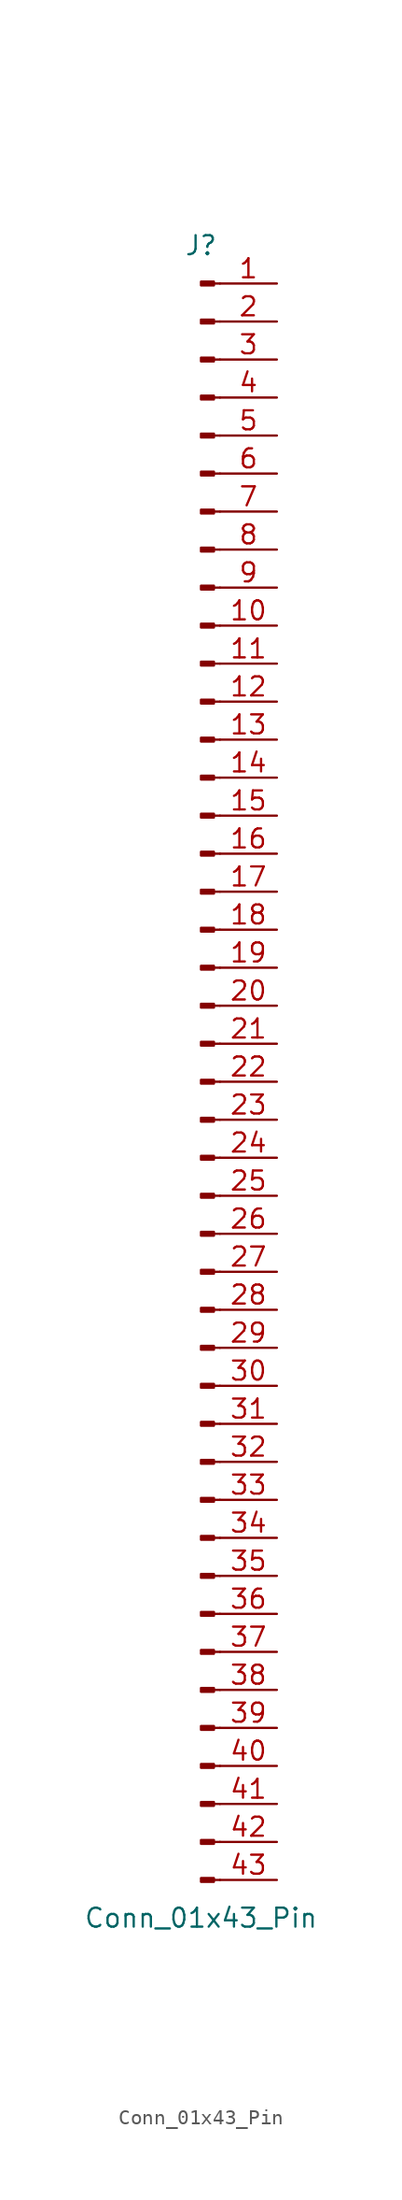
<source format=kicad_sym>
(kicad_symbol_lib
  (version 20241209)
  (generator "kicad_symbol_editor")
  (generator_version "9.0")
  (symbol "Conn_01x43_Pin"
    (pin_names
      (offset 1.016)
      (hide yes))
    (property "Reference" "J"
      (at 0 55.88 0)
      (effects (font (size 1.27 1.27))))
    (property "Value" "Conn_01x43_Pin"
      (at 0 -55.88 0)
      (effects (font (size 1.27 1.27))))
    (property "ki_locked" ""
      (at 0 0 0)
      (effects (font (size 1.27 1.27))))
    (symbol "Conn_01x43_Pin_1_1"
      (rectangle (start 0.864 53.467) (end 0 53.213) (stroke (width 0.152) (type default)) (fill (type outline)))
      (rectangle (start 0.864 50.927) (end 0 50.673) (stroke (width 0.152) (type default)) (fill (type outline)))
      (rectangle (start 0.864 48.387) (end 0 48.133) (stroke (width 0.152) (type default)) (fill (type outline)))
      (rectangle (start 0.864 45.847) (end 0 45.593) (stroke (width 0.152) (type default)) (fill (type outline)))
      (rectangle (start 0.864 43.307) (end 0 43.053) (stroke (width 0.152) (type default)) (fill (type outline)))
      (rectangle (start 0.864 40.767) (end 0 40.513) (stroke (width 0.152) (type default)) (fill (type outline)))
      (rectangle (start 0.864 38.227) (end 0 37.973) (stroke (width 0.152) (type default)) (fill (type outline)))
      (rectangle (start 0.864 35.687) (end 0 35.433) (stroke (width 0.152) (type default)) (fill (type outline)))
      (rectangle (start 0.864 33.147) (end 0 32.893) (stroke (width 0.152) (type default)) (fill (type outline)))
      (rectangle (start 0.864 30.607) (end 0 30.353) (stroke (width 0.152) (type default)) (fill (type outline)))
      (rectangle (start 0.864 28.067) (end 0 27.813) (stroke (width 0.152) (type default)) (fill (type outline)))
      (rectangle (start 0.864 25.527) (end 0 25.273) (stroke (width 0.152) (type default)) (fill (type outline)))
      (rectangle (start 0.864 22.987) (end 0 22.733) (stroke (width 0.152) (type default)) (fill (type outline)))
      (rectangle (start 0.864 20.447) (end 0 20.193) (stroke (width 0.152) (type default)) (fill (type outline)))
      (rectangle (start 0.864 17.907) (end 0 17.653) (stroke (width 0.152) (type default)) (fill (type outline)))
      (rectangle (start 0.864 15.367) (end 0 15.113) (stroke (width 0.152) (type default)) (fill (type outline)))
      (rectangle (start 0.864 12.827) (end 0 12.573) (stroke (width 0.152) (type default)) (fill (type outline)))
      (rectangle (start 0.864 10.287) (end 0 10.033) (stroke (width 0.152) (type default)) (fill (type outline)))
      (rectangle (start 0.864 7.747) (end 0 7.493) (stroke (width 0.152) (type default)) (fill (type outline)))
      (rectangle (start 0.864 5.207) (end 0 4.953) (stroke (width 0.152) (type default)) (fill (type outline)))
      (rectangle (start 0.864 2.667) (end 0 2.413) (stroke (width 0.152) (type default)) (fill (type outline)))
      (rectangle (start 0.864 0.127) (end 0 -0.127) (stroke (width 0.152) (type default)) (fill (type outline)))
      (rectangle (start 0.864 -2.413) (end 0 -2.667) (stroke (width 0.152) (type default)) (fill (type outline)))
      (rectangle (start 0.864 -4.953) (end 0 -5.207) (stroke (width 0.152) (type default)) (fill (type outline)))
      (rectangle (start 0.864 -7.493) (end 0 -7.747) (stroke (width 0.152) (type default)) (fill (type outline)))
      (rectangle (start 0.864 -10.033) (end 0 -10.287) (stroke (width 0.152) (type default)) (fill (type outline)))
      (rectangle (start 0.864 -12.573) (end 0 -12.827) (stroke (width 0.152) (type default)) (fill (type outline)))
      (rectangle (start 0.864 -15.113) (end 0 -15.367) (stroke (width 0.152) (type default)) (fill (type outline)))
      (rectangle (start 0.864 -17.653) (end 0 -17.907) (stroke (width 0.152) (type default)) (fill (type outline)))
      (rectangle (start 0.864 -20.193) (end 0 -20.447) (stroke (width 0.152) (type default)) (fill (type outline)))
      (rectangle (start 0.864 -22.733) (end 0 -22.987) (stroke (width 0.152) (type default)) (fill (type outline)))
      (rectangle (start 0.864 -25.273) (end 0 -25.527) (stroke (width 0.152) (type default)) (fill (type outline)))
      (rectangle (start 0.864 -27.813) (end 0 -28.067) (stroke (width 0.152) (type default)) (fill (type outline)))
      (rectangle (start 0.864 -30.353) (end 0 -30.607) (stroke (width 0.152) (type default)) (fill (type outline)))
      (rectangle (start 0.864 -32.893) (end 0 -33.147) (stroke (width 0.152) (type default)) (fill (type outline)))
      (rectangle (start 0.864 -35.433) (end 0 -35.687) (stroke (width 0.152) (type default)) (fill (type outline)))
      (rectangle (start 0.864 -37.973) (end 0 -38.227) (stroke (width 0.152) (type default)) (fill (type outline)))
      (rectangle (start 0.864 -40.513) (end 0 -40.767) (stroke (width 0.152) (type default)) (fill (type outline)))
      (rectangle (start 0.864 -43.053) (end 0 -43.307) (stroke (width 0.152) (type default)) (fill (type outline)))
      (rectangle (start 0.864 -45.593) (end 0 -45.847) (stroke (width 0.152) (type default)) (fill (type outline)))
      (rectangle (start 0.864 -48.133) (end 0 -48.387) (stroke (width 0.152) (type default)) (fill (type outline)))
      (rectangle (start 0.864 -50.673) (end 0 -50.927) (stroke (width 0.152) (type default)) (fill (type outline)))
      (rectangle (start 0.864 -53.213) (end 0 -53.467) (stroke (width 0.152) (type default)) (fill (type outline)))
      (polyline (pts (xy 1.27 53.34) (xy 0.864 53.34)) (stroke (width 0.152) (type default)) (fill (type none)))
      (polyline (pts (xy 1.27 50.8) (xy 0.864 50.8)) (stroke (width 0.152) (type default)) (fill (type none)))
      (polyline (pts (xy 1.27 48.26) (xy 0.864 48.26)) (stroke (width 0.152) (type default)) (fill (type none)))
      (polyline (pts (xy 1.27 45.72) (xy 0.864 45.72)) (stroke (width 0.152) (type default)) (fill (type none)))
      (polyline (pts (xy 1.27 43.18) (xy 0.864 43.18)) (stroke (width 0.152) (type default)) (fill (type none)))
      (polyline (pts (xy 1.27 40.64) (xy 0.864 40.64)) (stroke (width 0.152) (type default)) (fill (type none)))
      (polyline (pts (xy 1.27 38.1) (xy 0.864 38.1)) (stroke (width 0.152) (type default)) (fill (type none)))
      (polyline (pts (xy 1.27 35.56) (xy 0.864 35.56)) (stroke (width 0.152) (type default)) (fill (type none)))
      (polyline (pts (xy 1.27 33.02) (xy 0.864 33.02)) (stroke (width 0.152) (type default)) (fill (type none)))
      (polyline (pts (xy 1.27 30.48) (xy 0.864 30.48)) (stroke (width 0.152) (type default)) (fill (type none)))
      (polyline (pts (xy 1.27 27.94) (xy 0.864 27.94)) (stroke (width 0.152) (type default)) (fill (type none)))
      (polyline (pts (xy 1.27 25.4) (xy 0.864 25.4)) (stroke (width 0.152) (type default)) (fill (type none)))
      (polyline (pts (xy 1.27 22.86) (xy 0.864 22.86)) (stroke (width 0.152) (type default)) (fill (type none)))
      (polyline (pts (xy 1.27 20.32) (xy 0.864 20.32)) (stroke (width 0.152) (type default)) (fill (type none)))
      (polyline (pts (xy 1.27 17.78) (xy 0.864 17.78)) (stroke (width 0.152) (type default)) (fill (type none)))
      (polyline (pts (xy 1.27 15.24) (xy 0.864 15.24)) (stroke (width 0.152) (type default)) (fill (type none)))
      (polyline (pts (xy 1.27 12.7) (xy 0.864 12.7)) (stroke (width 0.152) (type default)) (fill (type none)))
      (polyline (pts (xy 1.27 10.16) (xy 0.864 10.16)) (stroke (width 0.152) (type default)) (fill (type none)))
      (polyline (pts (xy 1.27 7.62) (xy 0.864 7.62)) (stroke (width 0.152) (type default)) (fill (type none)))
      (polyline (pts (xy 1.27 5.08) (xy 0.864 5.08)) (stroke (width 0.152) (type default)) (fill (type none)))
      (polyline (pts (xy 1.27 2.54) (xy 0.864 2.54)) (stroke (width 0.152) (type default)) (fill (type none)))
      (polyline (pts (xy 1.27 0) (xy 0.864 0)) (stroke (width 0.152) (type default)) (fill (type none)))
      (polyline (pts (xy 1.27 -2.54) (xy 0.864 -2.54)) (stroke (width 0.152) (type default)) (fill (type none)))
      (polyline (pts (xy 1.27 -5.08) (xy 0.864 -5.08)) (stroke (width 0.152) (type default)) (fill (type none)))
      (polyline (pts (xy 1.27 -7.62) (xy 0.864 -7.62)) (stroke (width 0.152) (type default)) (fill (type none)))
      (polyline (pts (xy 1.27 -10.16) (xy 0.864 -10.16)) (stroke (width 0.152) (type default)) (fill (type none)))
      (polyline (pts (xy 1.27 -12.7) (xy 0.864 -12.7)) (stroke (width 0.152) (type default)) (fill (type none)))
      (polyline (pts (xy 1.27 -15.24) (xy 0.864 -15.24)) (stroke (width 0.152) (type default)) (fill (type none)))
      (polyline (pts (xy 1.27 -17.78) (xy 0.864 -17.78)) (stroke (width 0.152) (type default)) (fill (type none)))
      (polyline (pts (xy 1.27 -20.32) (xy 0.864 -20.32)) (stroke (width 0.152) (type default)) (fill (type none)))
      (polyline (pts (xy 1.27 -22.86) (xy 0.864 -22.86)) (stroke (width 0.152) (type default)) (fill (type none)))
      (polyline (pts (xy 1.27 -25.4) (xy 0.864 -25.4)) (stroke (width 0.152) (type default)) (fill (type none)))
      (polyline (pts (xy 1.27 -27.94) (xy 0.864 -27.94)) (stroke (width 0.152) (type default)) (fill (type none)))
      (polyline (pts (xy 1.27 -30.48) (xy 0.864 -30.48)) (stroke (width 0.152) (type default)) (fill (type none)))
      (polyline (pts (xy 1.27 -33.02) (xy 0.864 -33.02)) (stroke (width 0.152) (type default)) (fill (type none)))
      (polyline (pts (xy 1.27 -35.56) (xy 0.864 -35.56)) (stroke (width 0.152) (type default)) (fill (type none)))
      (polyline (pts (xy 1.27 -38.1) (xy 0.864 -38.1)) (stroke (width 0.152) (type default)) (fill (type none)))
      (polyline (pts (xy 1.27 -40.64) (xy 0.864 -40.64)) (stroke (width 0.152) (type default)) (fill (type none)))
      (polyline (pts (xy 1.27 -43.18) (xy 0.864 -43.18)) (stroke (width 0.152) (type default)) (fill (type none)))
      (polyline (pts (xy 1.27 -45.72) (xy 0.864 -45.72)) (stroke (width 0.152) (type default)) (fill (type none)))
      (polyline (pts (xy 1.27 -48.26) (xy 0.864 -48.26)) (stroke (width 0.152) (type default)) (fill (type none)))
      (polyline (pts (xy 1.27 -50.8) (xy 0.864 -50.8)) (stroke (width 0.152) (type default)) (fill (type none)))
      (polyline (pts (xy 1.27 -53.34) (xy 0.864 -53.34)) (stroke (width 0.152) (type default)) (fill (type none)))
      (pin passive line (at 5.08 53.34 180) (length 3.81) (name "Pin_1" (effects (font (size 1.27 1.27)))) (number "1" (effects (font (size 1.27 1.27)))))
      (pin passive line (at 5.08 50.8 180) (length 3.81) (name "Pin_2" (effects (font (size 1.27 1.27)))) (number "2" (effects (font (size 1.27 1.27)))))
      (pin passive line (at 5.08 48.26 180) (length 3.81) (name "Pin_3" (effects (font (size 1.27 1.27)))) (number "3" (effects (font (size 1.27 1.27)))))
      (pin passive line (at 5.08 45.72 180) (length 3.81) (name "Pin_4" (effects (font (size 1.27 1.27)))) (number "4" (effects (font (size 1.27 1.27)))))
      (pin passive line (at 5.08 43.18 180) (length 3.81) (name "Pin_5" (effects (font (size 1.27 1.27)))) (number "5" (effects (font (size 1.27 1.27)))))
      (pin passive line (at 5.08 40.64 180) (length 3.81) (name "Pin_6" (effects (font (size 1.27 1.27)))) (number "6" (effects (font (size 1.27 1.27)))))
      (pin passive line (at 5.08 38.1 180) (length 3.81) (name "Pin_7" (effects (font (size 1.27 1.27)))) (number "7" (effects (font (size 1.27 1.27)))))
      (pin passive line (at 5.08 35.56 180) (length 3.81) (name "Pin_8" (effects (font (size 1.27 1.27)))) (number "8" (effects (font (size 1.27 1.27)))))
      (pin passive line (at 5.08 33.02 180) (length 3.81) (name "Pin_9" (effects (font (size 1.27 1.27)))) (number "9" (effects (font (size 1.27 1.27)))))
      (pin passive line (at 5.08 30.48 180) (length 3.81) (name "Pin_10" (effects (font (size 1.27 1.27)))) (number "10" (effects (font (size 1.27 1.27)))))
      (pin passive line (at 5.08 27.94 180) (length 3.81) (name "Pin_11" (effects (font (size 1.27 1.27)))) (number "11" (effects (font (size 1.27 1.27)))))
      (pin passive line (at 5.08 25.4 180) (length 3.81) (name "Pin_12" (effects (font (size 1.27 1.27)))) (number "12" (effects (font (size 1.27 1.27)))))
      (pin passive line (at 5.08 22.86 180) (length 3.81) (name "Pin_13" (effects (font (size 1.27 1.27)))) (number "13" (effects (font (size 1.27 1.27)))))
      (pin passive line (at 5.08 20.32 180) (length 3.81) (name "Pin_14" (effects (font (size 1.27 1.27)))) (number "14" (effects (font (size 1.27 1.27)))))
      (pin passive line (at 5.08 17.78 180) (length 3.81) (name "Pin_15" (effects (font (size 1.27 1.27)))) (number "15" (effects (font (size 1.27 1.27)))))
      (pin passive line (at 5.08 15.24 180) (length 3.81) (name "Pin_16" (effects (font (size 1.27 1.27)))) (number "16" (effects (font (size 1.27 1.27)))))
      (pin passive line (at 5.08 12.7 180) (length 3.81) (name "Pin_17" (effects (font (size 1.27 1.27)))) (number "17" (effects (font (size 1.27 1.27)))))
      (pin passive line (at 5.08 10.16 180) (length 3.81) (name "Pin_18" (effects (font (size 1.27 1.27)))) (number "18" (effects (font (size 1.27 1.27)))))
      (pin passive line (at 5.08 7.62 180) (length 3.81) (name "Pin_19" (effects (font (size 1.27 1.27)))) (number "19" (effects (font (size 1.27 1.27)))))
      (pin passive line (at 5.08 5.08 180) (length 3.81) (name "Pin_20" (effects (font (size 1.27 1.27)))) (number "20" (effects (font (size 1.27 1.27)))))
      (pin passive line (at 5.08 2.54 180) (length 3.81) (name "Pin_21" (effects (font (size 1.27 1.27)))) (number "21" (effects (font (size 1.27 1.27)))))
      (pin passive line (at 5.08 0 180) (length 3.81) (name "Pin_22" (effects (font (size 1.27 1.27)))) (number "22" (effects (font (size 1.27 1.27)))))
      (pin passive line (at 5.08 -2.54 180) (length 3.81) (name "Pin_23" (effects (font (size 1.27 1.27)))) (number "23" (effects (font (size 1.27 1.27)))))
      (pin passive line (at 5.08 -5.08 180) (length 3.81) (name "Pin_24" (effects (font (size 1.27 1.27)))) (number "24" (effects (font (size 1.27 1.27)))))
      (pin passive line (at 5.08 -7.62 180) (length 3.81) (name "Pin_25" (effects (font (size 1.27 1.27)))) (number "25" (effects (font (size 1.27 1.27)))))
      (pin passive line (at 5.08 -10.16 180) (length 3.81) (name "Pin_26" (effects (font (size 1.27 1.27)))) (number "26" (effects (font (size 1.27 1.27)))))
      (pin passive line (at 5.08 -12.7 180) (length 3.81) (name "Pin_27" (effects (font (size 1.27 1.27)))) (number "27" (effects (font (size 1.27 1.27)))))
      (pin passive line (at 5.08 -15.24 180) (length 3.81) (name "Pin_28" (effects (font (size 1.27 1.27)))) (number "28" (effects (font (size 1.27 1.27)))))
      (pin passive line (at 5.08 -17.78 180) (length 3.81) (name "Pin_29" (effects (font (size 1.27 1.27)))) (number "29" (effects (font (size 1.27 1.27)))))
      (pin passive line (at 5.08 -20.32 180) (length 3.81) (name "Pin_30" (effects (font (size 1.27 1.27)))) (number "30" (effects (font (size 1.27 1.27)))))
      (pin passive line (at 5.08 -22.86 180) (length 3.81) (name "Pin_31" (effects (font (size 1.27 1.27)))) (number "31" (effects (font (size 1.27 1.27)))))
      (pin passive line (at 5.08 -25.4 180) (length 3.81) (name "Pin_32" (effects (font (size 1.27 1.27)))) (number "32" (effects (font (size 1.27 1.27)))))
      (pin passive line (at 5.08 -27.94 180) (length 3.81) (name "Pin_33" (effects (font (size 1.27 1.27)))) (number "33" (effects (font (size 1.27 1.27)))))
      (pin passive line (at 5.08 -30.48 180) (length 3.81) (name "Pin_34" (effects (font (size 1.27 1.27)))) (number "34" (effects (font (size 1.27 1.27)))))
      (pin passive line (at 5.08 -33.02 180) (length 3.81) (name "Pin_35" (effects (font (size 1.27 1.27)))) (number "35" (effects (font (size 1.27 1.27)))))
      (pin passive line (at 5.08 -35.56 180) (length 3.81) (name "Pin_36" (effects (font (size 1.27 1.27)))) (number "36" (effects (font (size 1.27 1.27)))))
      (pin passive line (at 5.08 -38.1 180) (length 3.81) (name "Pin_37" (effects (font (size 1.27 1.27)))) (number "37" (effects (font (size 1.27 1.27)))))
      (pin passive line (at 5.08 -40.64 180) (length 3.81) (name "Pin_38" (effects (font (size 1.27 1.27)))) (number "38" (effects (font (size 1.27 1.27)))))
      (pin passive line (at 5.08 -43.18 180) (length 3.81) (name "Pin_39" (effects (font (size 1.27 1.27)))) (number "39" (effects (font (size 1.27 1.27)))))
      (pin passive line (at 5.08 -45.72 180) (length 3.81) (name "Pin_40" (effects (font (size 1.27 1.27)))) (number "40" (effects (font (size 1.27 1.27)))))
      (pin passive line (at 5.08 -48.26 180) (length 3.81) (name "Pin_41" (effects (font (size 1.27 1.27)))) (number "41" (effects (font (size 1.27 1.27)))))
      (pin passive line (at 5.08 -50.8 180) (length 3.81) (name "Pin_42" (effects (font (size 1.27 1.27)))) (number "42" (effects (font (size 1.27 1.27)))))
      (pin passive line (at 5.08 -53.34 180) (length 3.81) (name "Pin_43" (effects (font (size 1.27 1.27)))) (number "43" (effects (font (size 1.27 1.27))))))))
</source>
